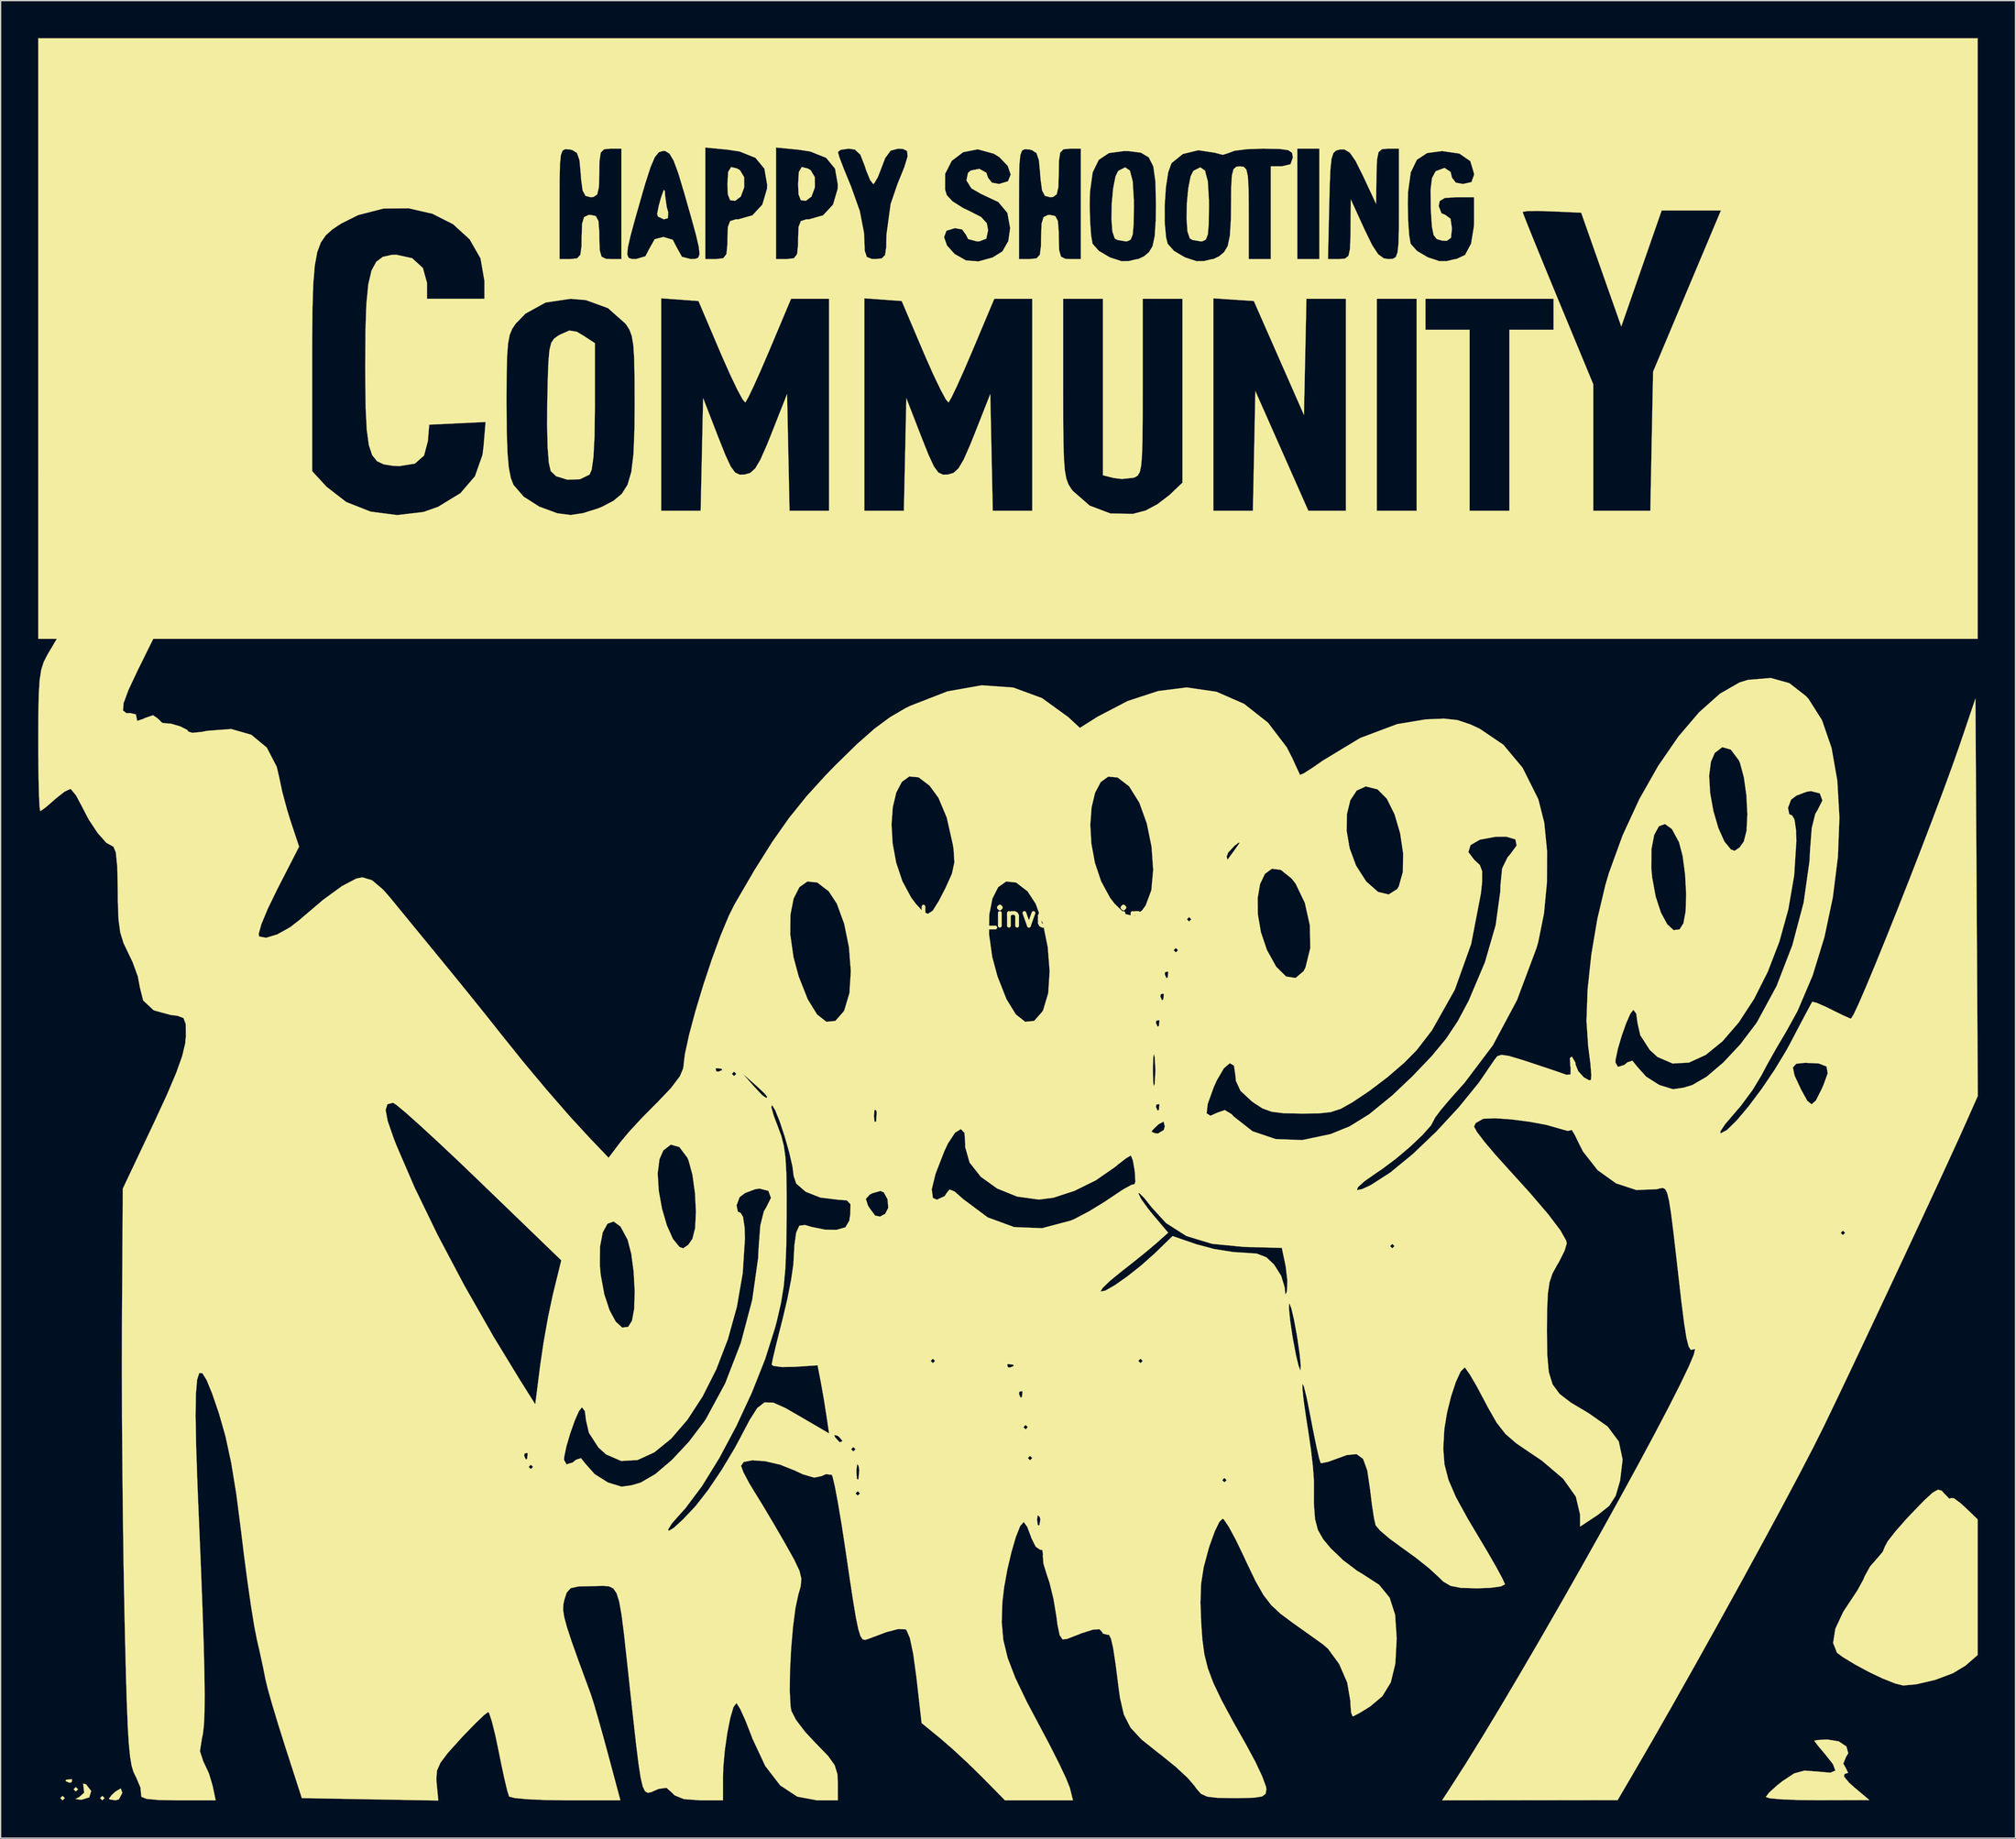
<source format=kicad_pcb>
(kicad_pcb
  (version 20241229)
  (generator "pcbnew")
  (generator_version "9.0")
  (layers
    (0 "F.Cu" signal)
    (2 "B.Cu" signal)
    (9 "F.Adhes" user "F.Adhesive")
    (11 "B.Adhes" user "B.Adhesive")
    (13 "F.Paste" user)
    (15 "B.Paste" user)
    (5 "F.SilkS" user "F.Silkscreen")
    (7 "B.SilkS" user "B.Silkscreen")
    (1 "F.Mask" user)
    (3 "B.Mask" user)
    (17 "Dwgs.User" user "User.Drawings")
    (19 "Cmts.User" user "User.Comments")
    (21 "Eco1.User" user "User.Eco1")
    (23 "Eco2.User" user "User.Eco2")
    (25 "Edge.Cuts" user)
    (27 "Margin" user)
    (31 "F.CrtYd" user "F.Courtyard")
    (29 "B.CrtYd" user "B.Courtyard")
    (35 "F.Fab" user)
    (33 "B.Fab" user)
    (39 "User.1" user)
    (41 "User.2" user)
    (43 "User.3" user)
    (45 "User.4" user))
  (footprint "hsc_logo_invert_print"
    (layer "F.Cu")
    (at 77.263 70.208)
    (property "Reference" "hsc_logo_invert_print" (at 0 0 0) (layer "F.SilkS") (effects (font (size 1.524 1.524) (thickness 0.3))))
    (attr through_hole)
    (fp_poly (pts (xy -75.142 70.379) (xy -75.318 70.556) (xy -75.494 70.379) (xy -75.318 70.203) (xy -75.142 70.379)) (stroke (width 0.01) (type solid)) (fill yes) (layer "F.SilkS"))
    (fp_poly (pts (xy -74.083 69.674) (xy -74.26 69.85) (xy -74.436 69.674) (xy -74.26 69.497) (xy -74.083 69.674)) (stroke (width 0.01) (type solid)) (fill yes) (layer "F.SilkS"))
    (fp_poly (pts (xy -71.967 70.379) (xy -72.143 70.556) (xy -72.319 70.379) (xy -72.143 70.203) (xy -71.967 70.379)) (stroke (width 0.01) (type solid)) (fill yes) (layer "F.SilkS"))
    (fp_poly (pts (xy -74.554 68.909) (xy -74.602 69.119) (xy -74.789 69.144) (xy -75.079 69.015) (xy -75.024 68.909) (xy -74.605 68.867) (xy -74.554 68.909)) (stroke (width 0.01) (type solid)) (fill yes) (layer "F.SilkS"))
    (fp_poly (pts (xy -70.556 69.928) (xy -70.556 69.983) (xy -70.82 70.478) (xy -71.085 70.556) (xy -71.555 70.483) (xy -71.614 70.422) (xy -71.38 70.118) (xy -71.085 69.85) (xy -70.667 69.604) (xy -70.556 69.928)) (stroke (width 0.01) (type solid)) (fill yes) (layer "F.SilkS"))
    (fp_poly (pts (xy -73.438 69.284) (xy -73.028 69.812) (xy -73.186 70.316) (xy -73.819 70.515) (xy -74.284 70.45) (xy -74.064 70.329) (xy -74.015 70.316) (xy -73.592 69.946) (xy -73.634 69.594) (xy -73.671 69.214) (xy -73.438 69.284)) (stroke (width 0.01) (type solid)) (fill yes) (layer "F.SilkS"))
    (fp_poly (pts (xy -27.226 -58.012) (xy -27.199 -57.62) (xy -27.071 -56.721) (xy -26.95 -56.297) (xy -26.983 -55.825) (xy -27.303 -55.739) (xy -27.775 -55.959) (xy -27.834 -56.18) (xy -27.705 -56.839) (xy -27.517 -57.503) (xy -27.31 -58.082) (xy -27.226 -58.012)) (stroke (width 0.01) (type solid)) (fill yes) (layer "F.SilkS"))
    (fp_poly (pts (xy -21.441 -59.792) (xy -21.227 -59.664) (xy -20.891 -59.104) (xy -20.885 -58.295) (xy -21.159 -57.556) (xy -21.608 -57.215) (xy -22.008 -57.265) (xy -22.189 -57.722) (xy -22.225 -58.535) (xy -22.165 -59.53) (xy -21.931 -59.918) (xy -21.441 -59.792)) (stroke (width 0.01) (type solid)) (fill yes) (layer "F.SilkS"))
    (fp_poly (pts (xy -15.797 -59.792) (xy -15.582 -59.664) (xy -15.246 -59.104) (xy -15.24 -58.295) (xy -15.514 -57.556) (xy -15.963 -57.215) (xy -16.364 -57.265) (xy -16.544 -57.722) (xy -16.581 -58.535) (xy -16.521 -59.53) (xy -16.287 -59.918) (xy -15.797 -59.792)) (stroke (width 0.01) (type solid)) (fill yes) (layer "F.SilkS"))
    (fp_poly (pts (xy 9.913 -59.63) (xy 10.137 -58.78) (xy 10.227 -57.294) (xy 10.231 -56.776) (xy 10.213 -55.37) (xy 10.139 -54.528) (xy 9.977 -54.112) (xy 9.693 -53.98) (xy 9.584 -53.975) (xy 8.913 -54.09) (xy 8.702 -54.21) (xy 8.515 -54.765) (xy 8.44 -55.776) (xy 8.465 -57.005) (xy 8.578 -58.216) (xy 8.765 -59.17) (xy 8.98 -59.607) (xy 9.535 -59.89) (xy 9.913 -59.63)) (stroke (width 0.01) (type solid)) (fill yes) (layer "F.SilkS"))
    (fp_poly (pts (xy 15.91 -59.63) (xy 16.134 -58.78) (xy 16.224 -57.294) (xy 16.228 -56.776) (xy 16.21 -55.37) (xy 16.136 -54.528) (xy 15.974 -54.112) (xy 15.69 -53.98) (xy 15.581 -53.975) (xy 14.91 -54.09) (xy 14.699 -54.21) (xy 14.512 -54.765) (xy 14.438 -55.776) (xy 14.463 -57.005) (xy 14.575 -58.216) (xy 14.763 -59.17) (xy 14.978 -59.607) (xy 15.532 -59.89) (xy 15.91 -59.63)) (stroke (width 0.01) (type solid)) (fill yes) (layer "F.SilkS"))
    (fp_poly (pts (xy -34.247 -46.755) (xy -33.731 -46.449) (xy -32.808 -45.845) (xy -32.808 -40.808) (xy -32.836 -38.458) (xy -32.921 -36.78) (xy -33.064 -35.744) (xy -33.232 -35.348) (xy -34.006 -34.972) (xy -35.002 -34.938) (xy -35.904 -35.217) (xy -36.334 -35.626) (xy -36.486 -36.292) (xy -36.585 -37.558) (xy -36.626 -39.324) (xy -36.611 -41.169) (xy -36.568 -43.101) (xy -36.515 -44.449) (xy -36.43 -45.336) (xy -36.288 -45.882) (xy -36.066 -46.21) (xy -35.741 -46.443) (xy -35.583 -46.533) (xy -34.847 -46.855) (xy -34.247 -46.755)) (stroke (width 0.01) (type solid)) (fill yes) (layer "F.SilkS"))
    (fp_poly (pts (xy 66.517 65.844) (xy 67.128 66.256) (xy 67.278 66.791) (xy 67.092 67.105) (xy 66.882 67.622) (xy 67.079 67.972) (xy 67.268 68.36) (xy 66.983 68.448) (xy 66.932 68.648) (xy 67.345 69.146) (xy 67.733 69.497) (xy 68.968 70.537) (xy 64.823 70.546) (xy 63.209 70.529) (xy 61.89 70.475) (xy 61.005 70.392) (xy 60.691 70.291) (xy 60.956 69.938) (xy 61.612 69.348) (xy 62.014 69.03) (xy 62.958 68.405) (xy 63.773 68.182) (xy 64.823 68.258) (xy 65.842 68.351) (xy 66.244 68.18) (xy 66.061 67.672) (xy 65.44 66.885) (xy 64.876 66.213) (xy 64.574 65.823) (xy 64.558 65.792) (xy 64.865 65.735) (xy 65.594 65.695) (xy 66.517 65.844)) (stroke (width 0.01) (type solid)) (fill yes) (layer "F.SilkS"))
    (fp_poly (pts (xy 74.737 45.819) (xy 74.967 46.076) (xy 75.349 46.463) (xy 75.483 46.412) (xy 75.71 46.422) (xy 76.267 46.835) (xy 76.553 47.096) (xy 77.611 48.11) (xy 77.611 58.948) (xy 76.641 59.795) (xy 75.633 60.404) (xy 74.22 60.934) (xy 72.705 61.289) (xy 71.661 61.383) (xy 71.037 61.229) (xy 70.024 60.826) (xy 68.945 60.313) (xy 67.792 59.69) (xy 66.854 59.121) (xy 66.375 58.765) (xy 66.067 57.985) (xy 66.246 56.853) (xy 66.879 55.495) (xy 67.36 54.765) (xy 68.008 53.787) (xy 68.479 52.926) (xy 68.58 52.674) (xy 69.021 51.873) (xy 69.506 51.321) (xy 70.031 50.705) (xy 70.203 50.281) (xy 70.433 49.856) (xy 71.046 49.071) (xy 71.93 48.069) (xy 72.332 47.64) (xy 73.36 46.581) (xy 74.026 45.97) (xy 74.446 45.739) (xy 74.737 45.819)) (stroke (width 0.01) (type solid)) (fill yes) (layer "F.SilkS"))
    (fp_poly (pts (xy 77.611 -22.225) (xy -68.076 -22.225) (xy -69.316 -19.717) (xy -70.056 -18.141) (xy -70.443 -17.094) (xy -70.49 -16.5) (xy -70.212 -16.286) (xy -69.938 -16.301) (xy -69.462 -16.189) (xy -69.414 -15.948) (xy -69.356 -15.672) (xy -68.89 -15.824) (xy -68.752 -15.896) (xy -68.094 -16.123) (xy -67.737 -15.881) (xy -67.364 -15.519) (xy -67.251 -15.498) (xy -66.648 -15.447) (xy -65.913 -15.229) (xy -65.367 -14.955) (xy -65.264 -14.816) (xy -64.959 -14.718) (xy -64.191 -14.794) (xy -63.765 -14.88) (xy -61.855 -15.024) (xy -60.246 -14.563) (xy -59.009 -13.541) (xy -58.214 -12.004) (xy -58.025 -11.19) (xy -57.77 -9.995) (xy -57.379 -8.54) (xy -57.106 -7.663) (xy -56.43 -5.624) (xy -58.186 -2.197) (xy -58.94 -0.644) (xy -59.443 0.569) (xy -59.655 1.339) (xy -59.624 1.547) (xy -59.066 1.656) (xy -58.173 1.384) (xy -57.147 0.814) (xy -56.423 0.251) (xy -54.534 -1.361) (xy -53.004 -2.476) (xy -51.865 -3.073) (xy -51.376 -3.175) (xy -50.604 -2.943) (xy -49.716 -2.191) (xy -49.142 -1.533) (xy -48.376 -0.595) (xy -47.309 0.707) (xy -46.088 2.196) (xy -44.979 3.548) (xy -43.685 5.133) (xy -42.355 6.777) (xy -41.161 8.267) (xy -40.404 9.225) (xy -38.577 11.504) (xy -36.658 13.8) (xy -34.815 15.916) (xy -33.231 17.639) (xy -31.714 19.226) (xy -30.782 17.992) (xy -30.061 17.132) (xy -29.033 16.021) (xy -27.908 14.885) (xy -27.801 14.782) (xy -26.738 13.663) (xy -26.022 12.718) (xy -25.94 12.524) (xy -21.872 12.524) (xy -21.696 12.7) (xy -21.519 12.524) (xy -20.99 12.524) (xy -20.135 13.494) (xy -19.446 14.231) (xy -19.111 14.46) (xy -19.05 14.349) (xy -19.287 14.065) (xy -19.871 13.512) (xy -20.02 13.379) (xy -20.99 12.524) (xy -21.519 12.524) (xy -21.696 12.347) (xy -21.872 12.524) (xy -25.94 12.524) (xy -25.767 12.112) (xy -23.166 12.112) (xy -23.117 12.322) (xy -22.931 12.347) (xy -22.64 12.218) (xy -22.665 12.171) (xy 11.751 12.171) (xy 11.769 13.108) (xy 11.821 13.52) (xy 11.894 13.324) (xy 11.955 12.251) (xy 11.897 11.207) (xy 11.825 10.916) (xy 11.773 11.257) (xy 11.751 12.155) (xy 11.751 12.171) (xy -22.665 12.171) (xy -22.695 12.112) (xy -23.114 12.07) (xy -23.166 12.112) (xy -25.767 12.112) (xy -25.753 12.079) (xy -25.753 12.069) (xy -25.627 10.98) (xy -25.284 9.402) (xy -25.035 8.467) (xy 11.994 8.467) (xy 12.124 8.757) (xy 12.23 8.702) (xy 12.272 8.283) (xy 12.23 8.231) (xy 12.02 8.28) (xy 11.994 8.467) (xy -25.035 8.467) (xy -24.775 7.496) (xy -24.15 5.425) (xy -23.461 3.353) (xy -22.758 1.441) (xy -22.736 1.388) (xy -17.207 1.388) (xy -16.955 3.183) (xy -16.538 4.735) (xy -15.816 6.563) (xy -15.068 7.78) (xy -14.322 8.365) (xy -13.607 8.296) (xy -12.953 7.552) (xy -12.885 7.426) (xy -12.482 6.073) (xy -12.37 4.323) (xy -12.52 2.401) (xy -12.727 1.388) (xy -1.332 1.388) (xy -1.08 3.183) (xy -0.663 4.735) (xy 0.059 6.563) (xy 0.807 7.78) (xy 1.553 8.365) (xy 2.268 8.296) (xy 2.922 7.552) (xy 2.99 7.426) (xy 3.31 6.35) (xy 12.347 6.35) (xy 12.476 6.64) (xy 12.582 6.585) (xy 12.625 6.167) (xy 12.582 6.115) (xy 12.373 6.163) (xy 12.347 6.35) (xy 3.31 6.35) (xy 3.393 6.073) (xy 3.488 4.586) (xy 12.7 4.586) (xy 12.829 4.876) (xy 12.935 4.821) (xy 12.977 4.403) (xy 12.935 4.351) (xy 12.725 4.399) (xy 12.7 4.586) (xy 3.488 4.586) (xy 3.505 4.323) (xy 3.374 2.646) (xy 13.406 2.646) (xy 13.582 2.822) (xy 13.758 2.646) (xy 13.582 2.469) (xy 13.406 2.646) (xy 3.374 2.646) (xy 3.355 2.401) (xy 2.973 0.528) (xy 2.844 0.176) (xy 14.464 0.176) (xy 14.64 0.353) (xy 14.817 0.176) (xy 14.64 0) (xy 14.464 0.176) (xy 2.844 0.176) (xy 2.387 -1.071) (xy 1.742 -2.059) (xy 0.827 -2.76) (xy 0.035 -2.844) (xy -0.605 -2.389) (xy -1.066 -1.479) (xy -1.318 -0.192) (xy -1.332 1.388) (xy -12.727 1.388) (xy -12.902 0.528) (xy -13.488 -1.071) (xy -14.133 -2.059) (xy -15.048 -2.76) (xy -15.84 -2.844) (xy -16.48 -2.389) (xy -16.941 -1.479) (xy -17.193 -0.192) (xy -17.207 1.388) (xy -22.736 1.388) (xy -22.093 -0.147) (xy -21.661 -1.007) (xy -20.066 -3.749) (xy -18.65 -6) (xy -17.663 -7.402) (xy -9.121 -7.402) (xy -9.035 -5.89) (xy -8.75 -4.346) (xy -8.256 -2.864) (xy -7.541 -1.539) (xy -7.174 -1.054) (xy -6.626 -0.453) (xy -6.217 -0.253) (xy -5.827 -0.515) (xy -5.337 -1.302) (xy -4.825 -2.293) (xy -4.302 -3.448) (xy -4.102 -4.369) (xy -4.165 -5.412) (xy -4.229 -5.821) (xy -4.584 -7.385) (xy 6.75 -7.385) (xy 6.835 -5.874) (xy 7.12 -4.332) (xy 7.616 -2.853) (xy 8.335 -1.533) (xy 8.683 -1.075) (xy 9.539 -0.248) (xy 10.238 -0.07) (xy 10.886 -0.533) (xy 11.174 -0.927) (xy 11.399 -1.529) (xy 20.117 -1.529) (xy 20.133 -0.214) (xy 20.374 1.207) (xy 20.857 2.635) (xy 21.597 3.969) (xy 22.384 4.747) (xy 23.142 4.866) (xy 23.782 4.322) (xy 23.932 4.04) (xy 24.317 2.485) (xy 24.286 0.666) (xy 23.881 -1.144) (xy 23.145 -2.672) (xy 22.82 -3.087) (xy 21.965 -3.772) (xy 21.25 -3.86) (xy 20.693 -3.451) (xy 20.309 -2.641) (xy 20.117 -1.529) (xy 11.399 -1.529) (xy 11.628 -2.144) (xy 11.774 -3.777) (xy 11.699 -4.837) (xy 17.639 -4.837) (xy 17.708 -4.588) (xy 17.739 -4.616) (xy 18.002 -4.983) (xy 18.356 -5.468) (xy 18.688 -5.948) (xy 18.565 -5.925) (xy 18.256 -5.689) (xy 17.761 -5.152) (xy 17.639 -4.837) (xy 11.699 -4.837) (xy 11.643 -5.624) (xy 11.381 -6.91) (xy 27.22 -6.91) (xy 27.459 -5.498) (xy 27.974 -4.106) (xy 28.78 -2.852) (xy 28.796 -2.833) (xy 29.73 -2.011) (xy 30.576 -1.806) (xy 31.25 -2.232) (xy 31.385 -2.446) (xy 31.71 -3.599) (xy 31.732 -5.081) (xy 31.497 -6.688) (xy 31.048 -8.214) (xy 30.432 -9.452) (xy 29.694 -10.198) (xy 29.682 -10.204) (xy 28.749 -10.437) (xy 28.022 -10.107) (xy 27.515 -9.331) (xy 27.243 -8.227) (xy 27.22 -6.91) (xy 11.381 -6.91) (xy 11.265 -7.479) (xy 10.667 -9.14) (xy 9.879 -10.403) (xy 9.804 -10.485) (xy 8.927 -11.153) (xy 8.183 -11.221) (xy 7.581 -10.783) (xy 7.134 -9.934) (xy 6.854 -8.77) (xy 6.75 -7.385) (xy -4.584 -7.385) (xy -4.713 -7.955) (xy -5.373 -9.529) (xy -6.082 -10.495) (xy -6.957 -11.165) (xy -7.7 -11.234) (xy -8.298 -10.798) (xy -8.742 -9.951) (xy -9.02 -8.787) (xy -9.121 -7.402) (xy -17.663 -7.402) (xy -17.303 -7.914) (xy -15.914 -9.642) (xy -14.373 -11.338) (xy -13.582 -12.149) (xy -11.886 -13.808) (xy -10.494 -15.037) (xy -9.262 -15.951) (xy -8.046 -16.665) (xy -7.624 -16.875) (xy -4.658 -18.028) (xy -1.92 -18.516) (xy 0.595 -18.337) (xy 2.895 -17.492) (xy 4.986 -15.979) (xy 4.988 -15.977) (xy 5.92 -15.112) (xy 7.358 -16.019) (xy 9.731 -17.256) (xy 12.163 -18.055) (xy 14.431 -18.341) (xy 14.464 -18.341) (xy 16.829 -17.998) (xy 19.029 -17.034) (xy 20.938 -15.531) (xy 22.434 -13.57) (xy 22.857 -12.747) (xy 23.24 -11.911) (xy 23.477 -11.404) (xy 23.503 -11.353) (xy 23.797 -11.481) (xy 24.497 -11.927) (xy 25.313 -12.495) (xy 28.3 -14.303) (xy 31.255 -15.414) (xy 33.558 -15.796) (xy 34.996 -15.853) (xy 36.065 -15.738) (xy 37.096 -15.394) (xy 37.849 -15.045) (xy 39.733 -13.768) (xy 41.266 -11.936) (xy 42.485 -9.501) (xy 42.544 -9.349) (xy 43.002 -7.537) (xy 43.226 -5.279) (xy 43.218 -2.792) (xy 42.981 -0.292) (xy 42.519 2.002) (xy 42.383 2.469) (xy 40.821 6.639) (xy 38.895 10.246) (xy 36.621 13.26) (xy 36.505 13.387) (xy 35.521 14.486) (xy 34.749 15.399) (xy 34.296 15.999) (xy 34.219 16.151) (xy 33.958 16.641) (xy 33.268 17.416) (xy 32.289 18.346) (xy 31.161 19.301) (xy 30.025 20.149) (xy 29.692 20.37) (xy 28.686 21.072) (xy 28.125 21.572) (xy 28.038 21.811) (xy 28.457 21.73) (xy 29.16 21.403) (xy 30.72 20.396) (xy 32.505 18.93) (xy 34.373 17.148) (xy 36.183 15.192) (xy 37.793 13.207) (xy 39.008 11.426) (xy 39.246 11.116) (xy 39.584 11.003) (xy 40.186 11.094) (xy 41.22 11.402) (xy 41.83 11.601) (xy 43.103 12.023) (xy 44.146 12.377) (xy 44.746 12.59) (xy 44.765 12.597) (xy 45.097 12.57) (xy 45.105 12.012) (xy 45.08 11.875) (xy 45.047 11.271) (xy 45.207 11.144) (xy 45.49 11.624) (xy 45.508 11.796) (xy 45.711 12.302) (xy 46.156 12.798) (xy 46.598 13.043) (xy 46.734 13.003) (xy 46.76 12.606) (xy 46.687 11.701) (xy 46.675 11.608) (xy 48.683 11.608) (xy 48.891 11.97) (xy 49.396 11.811) (xy 49.638 11.604) (xy 50.037 11.471) (xy 50.423 11.95) (xy 51.137 12.748) (xy 52.195 13.417) (xy 53.246 13.739) (xy 53.335 13.744) (xy 54.115 13.632) (xy 54.816 13.421) (xy 55.968 12.753) (xy 57.301 11.617) (xy 58.657 10.167) (xy 59.879 8.556) (xy 60.02 8.342) (xy 61.553 5.512) (xy 62.81 2.261) (xy 63.714 -1.155) (xy 64.185 -4.48) (xy 64.228 -5.339) (xy 64.362 -7.106) (xy 64.643 -8.239) (xy 64.825 -8.542) (xy 65.215 -9.32) (xy 65.005 -9.882) (xy 64.293 -10.064) (xy 63.949 -10.009) (xy 63.143 -9.706) (xy 62.712 -9.382) (xy 62.463 -8.721) (xy 62.568 -8.218) (xy 62.794 -8.114) (xy 62.984 -7.793) (xy 63.106 -6.96) (xy 63.135 -6.085) (xy 62.958 -3.318) (xy 62.49 -0.612) (xy 61.772 1.974) (xy 60.845 4.38) (xy 59.752 6.547) (xy 58.535 8.414) (xy 57.235 9.922) (xy 55.894 11.012) (xy 54.554 11.624) (xy 53.256 11.698) (xy 52.043 11.174) (xy 51.429 10.613) (xy 50.673 9.443) (xy 50.447 8.461) (xy 50.352 7.72) (xy 50.122 7.408) (xy 50.119 7.408) (xy 49.878 7.714) (xy 49.54 8.484) (xy 49.181 9.498) (xy 48.876 10.536) (xy 48.7 11.379) (xy 48.683 11.608) (xy 46.675 11.608) (xy 46.531 10.475) (xy 46.513 10.35) (xy 46.374 8.288) (xy 46.465 5.767) (xy 46.763 2.985) (xy 47.244 0.141) (xy 47.885 -2.565) (xy 48.168 -3.528) (xy 48.303 -3.898) (xy 51.55 -3.898) (xy 51.615 -3.182) (xy 51.9 -1.63) (xy 52.32 -0.35) (xy 52.817 0.571) (xy 53.333 1.044) (xy 53.807 0.984) (xy 54.114 0.5) (xy 54.292 -0.458) (xy 54.333 -1.845) (xy 54.249 -3.399) (xy 54.056 -4.862) (xy 53.768 -5.972) (xy 53.76 -5.99) (xy 53.197 -7.032) (xy 52.647 -7.433) (xy 52.158 -7.257) (xy 51.78 -6.567) (xy 51.561 -5.426) (xy 51.55 -3.898) (xy 48.303 -3.898) (xy 49.265 -6.541) (xy 50.594 -9.417) (xy 51.652 -11.284) (xy 56.167 -11.284) (xy 56.248 -9.912) (xy 56.508 -8.466) (xy 56.902 -7.117) (xy 57.385 -6.037) (xy 57.911 -5.395) (xy 58.204 -5.292) (xy 58.608 -5.568) (xy 58.939 -6.044) (xy 59.157 -6.907) (xy 59.221 -8.211) (xy 59.145 -9.71) (xy 58.944 -11.158) (xy 58.633 -12.312) (xy 58.541 -12.524) (xy 57.899 -13.38) (xy 57.218 -13.574) (xy 56.617 -13.111) (xy 56.312 -12.412) (xy 56.167 -11.284) (xy 51.652 -11.284) (xy 52.096 -12.069) (xy 53.709 -14.414) (xy 55.372 -16.365) (xy 57.023 -17.837) (xy 58.601 -18.746) (xy 59.268 -18.948) (xy 61.085 -19.1) (xy 62.577 -18.685) (xy 63.897 -17.655) (xy 64.105 -17.428) (xy 65.18 -15.731) (xy 65.944 -13.512) (xy 66.406 -10.881) (xy 66.572 -7.945) (xy 66.451 -4.813) (xy 66.049 -1.594) (xy 65.373 1.603) (xy 64.431 4.67) (xy 63.229 7.499) (xy 62.333 9.125) (xy 61.541 10.463) (xy 60.772 11.833) (xy 60.343 12.647) (xy 59.64 13.808) (xy 58.696 15.084) (xy 58.138 15.734) (xy 57.446 16.544) (xy 57.07 17.106) (xy 57.076 17.286) (xy 57.597 17.002) (xy 58.383 16.23) (xy 59.342 15.09) (xy 60.381 13.701) (xy 61.407 12.185) (xy 61.511 12.013) (xy 62.855 12.013) (xy 62.989 12.662) (xy 63.514 13.785) (xy 63.525 13.807) (xy 64 14.667) (xy 64.348 14.959) (xy 64.693 14.656) (xy 65.156 13.732) (xy 65.289 13.436) (xy 65.636 12.481) (xy 65.542 11.936) (xy 64.92 11.693) (xy 63.824 11.642) (xy 63.127 11.714) (xy 62.855 12.013) (xy 61.511 12.013) (xy 62.328 10.66) (xy 62.653 10.06) (xy 63.356 8.72) (xy 63.93 7.634) (xy 64.302 6.943) (xy 64.402 6.766) (xy 64.737 6.843) (xy 65.483 7.168) (xy 65.921 7.384) (xy 66.805 7.82) (xy 67.388 8.081) (xy 67.494 8.114) (xy 67.696 7.799) (xy 68.111 6.912) (xy 68.704 5.543) (xy 69.438 3.782) (xy 70.279 1.717) (xy 71.191 -0.562) (xy 72.139 -2.966) (xy 73.087 -5.406) (xy 74 -7.793) (xy 74.843 -10.037) (xy 75.579 -12.049) (xy 76.174 -13.739) (xy 76.241 -13.935) (xy 77.435 -17.462) (xy 77.529 -1.587) (xy 77.623 14.287) (xy 76.685 16.404) (xy 76.042 17.832) (xy 75.149 19.782) (xy 74.06 22.141) (xy 72.827 24.794) (xy 71.505 27.626) (xy 70.147 30.523) (xy 68.806 33.372) (xy 67.537 36.057) (xy 66.391 38.464) (xy 65.424 40.479) (xy 65.295 40.746) (xy 64.448 42.437) (xy 63.303 44.638) (xy 61.915 47.248) (xy 60.34 50.165) (xy 58.634 53.29) (xy 56.851 56.521) (xy 55.047 59.757) (xy 53.278 62.897) (xy 51.598 65.841) (xy 50.064 68.487) (xy 50.044 68.52) (xy 48.86 70.542) (xy 41.852 70.549) (xy 34.844 70.556) (xy 35.469 69.601) (xy 36.675 67.718) (xy 38.035 65.52) (xy 39.516 63.066) (xy 41.085 60.415) (xy 42.712 57.625) (xy 44.362 54.754) (xy 46.004 51.862) (xy 47.605 49.006) (xy 49.132 46.245) (xy 50.554 43.639) (xy 51.838 41.244) (xy 52.951 39.12) (xy 53.861 37.325) (xy 54.536 35.918) (xy 54.942 34.958) (xy 55.049 34.502) (xy 54.907 34.531) (xy 54.707 34.578) (xy 54.53 34.301) (xy 54.357 33.614) (xy 54.17 32.432) (xy 53.947 30.669) (xy 53.838 29.722) (xy 53.542 27.114) (xy 53.323 25.224) (xy 66.675 25.224) (xy 66.851 25.4) (xy 67.028 25.224) (xy 66.851 25.047) (xy 66.675 25.224) (xy 53.323 25.224) (xy 53.312 25.125) (xy 53.128 23.674) (xy 52.972 22.681) (xy 52.826 22.065) (xy 52.67 21.744) (xy 52.486 21.638) (xy 52.256 21.666) (xy 51.993 21.738) (xy 50.358 21.805) (xy 48.73 21.268) (xy 47.26 20.213) (xy 46.097 18.726) (xy 45.819 18.183) (xy 45.434 17.389) (xy 45.198 17.004) (xy 45.163 17.013) (xy 44.877 17.083) (xy 44.198 16.894) (xy 44.185 16.889) (xy 43.18 16.602) (xy 41.827 16.35) (xy 40.377 16.162) (xy 39.079 16.071) (xy 38.181 16.108) (xy 38.097 16.126) (xy 37.526 16.455) (xy 37.394 16.737) (xy 37.622 17.158) (xy 38.236 17.963) (xy 39.135 19.024) (xy 39.935 19.911) (xy 41.897 22.077) (xy 43.348 23.78) (xy 44.296 25.032) (xy 44.752 25.844) (xy 44.799 26.064) (xy 44.625 26.652) (xy 44.187 27.53) (xy 44.009 27.828) (xy 43.653 28.479) (xy 43.422 29.174) (xy 43.289 30.081) (xy 43.229 31.37) (xy 43.215 33.036) (xy 43.239 34.96) (xy 43.362 36.338) (xy 43.666 37.33) (xy 44.23 38.094) (xy 45.134 38.79) (xy 46.459 39.577) (xy 46.52 39.612) (xy 48.061 40.694) (xy 48.954 41.891) (xy 49.259 43.326) (xy 49.057 45.024) (xy 48.704 46.23) (xy 48.187 47.033) (xy 47.309 47.735) (xy 47.255 47.771) (xy 45.861 48.693) (xy 45.86 47.718) (xy 45.524 46.295) (xy 44.513 44.868) (xy 42.815 43.423) (xy 42.04 42.901) (xy 40.776 42.045) (xy 39.896 41.281) (xy 39.199 40.385) (xy 38.482 39.131) (xy 38.242 38.667) (xy 37.594 37.454) (xy 37.052 36.526) (xy 36.703 36.03) (xy 36.639 35.985) (xy 36.324 36.3) (xy 35.946 37.125) (xy 35.565 38.277) (xy 35.241 39.571) (xy 35.034 40.824) (xy 35.018 40.975) (xy 34.938 42.437) (xy 35.031 43.706) (xy 35.35 44.949) (xy 35.946 46.333) (xy 36.872 48.025) (xy 37.582 49.217) (xy 38.453 50.678) (xy 39.17 51.928) (xy 39.664 52.841) (xy 39.863 53.29) (xy 39.864 53.301) (xy 39.543 53.467) (xy 38.704 53.583) (xy 37.632 53.622) (xy 36.342 53.585) (xy 35.518 53.424) (xy 34.924 53.071) (xy 34.546 52.701) (xy 33.797 52.013) (xy 32.711 51.149) (xy 31.706 50.425) (xy 30.672 49.669) (xy 29.89 49.005) (xy 29.536 48.585) (xy 29.404 48.001) (xy 29.243 46.949) (xy 29.099 45.756) (xy 28.871 44.209) (xy 28.537 43.284) (xy 28.018 42.9) (xy 27.234 42.975) (xy 26.611 43.202) (xy 25.752 43.515) (xy 25.211 43.625) (xy 25.144 43.606) (xy 25.021 43.218) (xy 24.809 42.291) (xy 24.54 40.981) (xy 24.35 39.986) (xy 24.037 38.415) (xy 23.818 37.518) (xy 23.699 37.266) (xy 23.686 37.633) (xy 23.785 38.591) (xy 24.003 40.112) (xy 24.132 40.922) (xy 24.362 42.472) (xy 24.529 43.908) (xy 24.606 44.974) (xy 24.608 45.156) (xy 24.607 46.877) (xy 24.696 48.082) (xy 24.924 48.956) (xy 25.337 49.687) (xy 25.948 50.421) (xy 26.956 51.386) (xy 28.055 52.219) (xy 28.485 52.475) (xy 29.814 53.336) (xy 30.654 54.368) (xy 31.093 55.736) (xy 31.219 57.607) (xy 31.219 57.618) (xy 31.109 59.644) (xy 30.745 61.138) (xy 30.071 62.242) (xy 29.1 63.059) (xy 28.297 63.555) (xy 27.772 63.832) (xy 27.698 63.853) (xy 27.579 63.542) (xy 27.518 62.777) (xy 27.517 62.604) (xy 27.269 61.151) (xy 26.624 59.663) (xy 25.733 58.447) (xy 25.341 58.108) (xy 24.573 57.556) (xy 23.529 56.813) (xy 22.931 56.389) (xy 21.944 55.654) (xy 21.199 54.961) (xy 20.574 54.147) (xy 19.951 53.049) (xy 19.209 51.504) (xy 18.985 51.016) (xy 18.366 49.731) (xy 17.817 48.718) (xy 17.425 48.132) (xy 17.327 48.05) (xy 17.061 48.303) (xy 16.686 49.08) (xy 16.273 50.224) (xy 16.199 50.462) (xy 15.805 51.933) (xy 15.598 53.262) (xy 15.548 54.749) (xy 15.602 56.289) (xy 15.699 57.697) (xy 15.859 58.887) (xy 16.134 60) (xy 16.575 61.177) (xy 17.233 62.556) (xy 18.161 64.279) (xy 19.21 66.137) (xy 19.924 67.465) (xy 20.474 68.631) (xy 20.779 69.456) (xy 20.814 69.665) (xy 20.752 70.035) (xy 20.466 70.249) (xy 19.807 70.35) (xy 18.627 70.378) (xy 18.257 70.379) (xy 16.914 70.36) (xy 16.087 70.263) (xy 15.585 70.033) (xy 15.218 69.612) (xy 15.1 69.432) (xy 14.53 68.767) (xy 13.569 67.877) (xy 12.41 66.936) (xy 12.21 66.786) (xy 10.846 65.7) (xy 9.964 64.746) (xy 9.433 63.706) (xy 9.122 62.367) (xy 9.012 61.56) (xy 8.772 59.664) (xy 8.575 58.384) (xy 8.402 57.633) (xy 8.236 57.325) (xy 8.113 57.327) (xy 7.758 57.238) (xy 7.684 57.094) (xy 7.478 56.89) (xy 6.985 56.917) (xy 6.084 57.199) (xy 4.879 57.67) (xy 4.534 57.701) (xy 4.304 57.36) (xy 4.13 56.515) (xy 4.043 55.854) (xy 3.814 54.472) (xy 3.498 53.175) (xy 3.298 52.583) (xy 3.013 51.664) (xy 2.956 50.981) (xy 2.975 50.911) (xy 2.916 50.553) (xy 2.75 50.54) (xy 2.393 50.298) (xy 2.045 49.596) (xy 2.007 49.477) (xy 1.712 48.706) (xy 1.449 48.336) (xy 1.425 48.331) (xy 1.15 48.651) (xy 0.812 49.502) (xy 0.456 50.715) (xy 0.126 52.123) (xy -0.134 53.559) (xy -0.272 54.752) (xy -0.322 56.314) (xy -0.196 57.739) (xy 0.152 59.179) (xy 0.768 60.788) (xy 1.696 62.717) (xy 2.618 64.455) (xy 3.483 66.084) (xy 4.235 67.57) (xy 4.8 68.764) (xy 5.105 69.516) (xy 5.125 69.585) (xy 5.368 70.556) (xy -0.061 70.556) (xy -1.882 68.703) (xy -3.057 67.554) (xy -4.298 66.407) (xy -5.212 65.617) (xy -6.72 64.382) (xy -7.133 60.728) (xy -7.386 58.87) (xy -7.655 57.595) (xy -7.926 56.957) (xy -8.002 56.9) (xy -8.573 56.872) (xy -9.539 57.121) (xy -10.991 57.668) (xy -11.23 57.743) (xy -11.425 57.697) (xy -11.598 57.445) (xy -11.768 56.906) (xy -11.958 55.995) (xy -12.187 54.631) (xy -12.476 52.73) (xy -12.825 50.36) (xy -13.117 48.454) (xy -13.173 48.125) (xy 2.497 48.125) (xy 2.562 48.582) (xy 2.683 48.588) (xy 2.767 48.116) (xy 2.71 47.912) (xy 2.554 47.778) (xy 2.497 48.125) (xy -13.173 48.125) (xy -13.396 46.798) (xy -13.539 46.038) (xy -11.994 46.038) (xy -11.818 46.214) (xy -11.642 46.038) (xy -11.818 45.861) (xy -11.994 46.038) (xy -13.539 46.038) (xy -13.637 45.516) (xy -13.762 44.979) (xy 17.286 44.979) (xy 17.462 45.156) (xy 17.639 44.979) (xy 17.462 44.803) (xy 17.286 44.979) (xy -13.762 44.979) (xy -13.82 44.732) (xy -13.892 44.552) (xy -14.358 44.501) (xy -14.708 44.654) (xy -15.3 44.777) (xy -16.205 44.512) (xy -16.711 44.274) (xy -11.926 44.274) (xy -11.888 44.876) (xy -11.777 44.929) (xy -11.763 44.898) (xy -11.693 44.197) (xy -11.75 43.839) (xy -11.862 43.695) (xy -11.923 44.164) (xy -11.926 44.274) (xy -16.711 44.274) (xy -16.867 44.2) (xy -18.014 43.744) (xy -19.193 43.47) (xy -20.225 43.392) (xy -20.93 43.528) (xy -21.139 43.833) (xy -20.944 44.363) (xy -20.476 45.242) (xy -20.1 45.861) (xy -19.427 46.954) (xy -18.578 48.38) (xy -17.72 49.857) (xy -17.602 50.065) (xy -16.884 51.352) (xy -16.473 52.22) (xy -16.32 52.859) (xy -16.376 53.46) (xy -16.564 54.122) (xy -16.793 55.189) (xy -16.989 56.7) (xy -17.138 58.448) (xy -17.229 60.225) (xy -17.249 61.82) (xy -17.185 63.027) (xy -17.12 63.409) (xy -16.751 64.128) (xy -16.015 65.095) (xy -15.146 66.025) (xy -14.194 67.002) (xy -13.666 67.74) (xy -13.444 68.453) (xy -13.406 69.134) (xy -13.406 70.556) (xy -15.066 70.556) (xy -16.647 70.261) (xy -18.015 69.358) (xy -19.201 67.818) (xy -20.231 65.615) (xy -20.317 65.383) (xy -20.792 64.164) (xy -21.205 63.254) (xy -21.481 62.813) (xy -21.518 62.794) (xy -21.745 63.117) (xy -21.994 63.964) (xy -22.233 65.16) (xy -22.43 66.525) (xy -22.553 67.883) (xy -22.578 68.674) (xy -22.578 70.556) (xy -24.391 70.556) (xy -25.687 70.462) (xy -26.448 70.156) (xy -26.645 69.952) (xy -27.094 69.557) (xy -27.699 69.637) (xy -27.975 69.753) (xy -28.319 69.906) (xy -28.59 69.958) (xy -28.806 69.831) (xy -28.989 69.447) (xy -29.157 68.728) (xy -29.33 67.595) (xy -29.53 65.971) (xy -29.775 63.777) (xy -29.979 61.913) (xy -30.266 59.255) (xy -30.49 57.217) (xy -30.682 55.715) (xy -30.87 54.67) (xy -31.082 54) (xy -31.349 53.623) (xy -31.699 53.459) (xy -32.161 53.426) (xy -32.764 53.443) (xy -33.006 53.446) (xy -34.128 53.471) (xy -34.744 53.609) (xy -35.057 53.955) (xy -35.239 54.504) (xy -35.329 54.912) (xy -35.345 55.35) (xy -35.259 55.918) (xy -35.044 56.718) (xy -34.672 57.851) (xy -34.113 59.419) (xy -33.34 61.522) (xy -33.131 62.089) (xy -32.907 62.785) (xy -32.557 63.982) (xy -32.133 65.494) (xy -31.788 66.763) (xy -30.772 70.556) (xy -35.121 70.556) (xy -36.801 70.532) (xy -38.211 70.468) (xy -39.209 70.373) (xy -39.653 70.257) (xy -39.659 70.249) (xy -39.806 69.787) (xy -40.041 68.803) (xy -40.325 67.47) (xy -40.473 66.723) (xy -40.768 65.323) (xy -41.041 64.231) (xy -41.251 63.598) (xy -41.325 63.501) (xy -41.652 63.742) (xy -42.327 64.385) (xy -43.223 65.309) (xy -43.562 65.671) (xy -44.556 66.776) (xy -45.143 67.556) (xy -45.417 68.184) (xy -45.469 68.835) (xy -45.442 69.208) (xy -45.312 70.573) (xy -50.762 70.476) (xy -56.211 70.379) (xy -57.57 66.166) (xy -58.112 64.446) (xy -58.584 62.875) (xy -58.936 61.627) (xy -59.117 60.875) (xy -59.117 60.874) (xy -59.303 59.933) (xy -59.584 58.64) (xy -59.806 57.679) (xy -60.012 56.622) (xy -60.269 55.028) (xy -60.553 53.063) (xy -60.838 50.892) (xy -61.041 49.212) (xy -61.078 48.924) (xy -26.962 48.924) (xy -26.912 49.036) (xy -26.504 48.787) (xy -25.787 48.13) (xy -24.901 47.195) (xy -24.735 47.008) (xy -23.761 45.759) (xy -22.673 44.143) (xy -22.117 43.215) (xy 1.764 43.215) (xy 1.94 43.392) (xy 2.117 43.215) (xy 1.94 43.039) (xy 1.764 43.215) (xy -22.117 43.215) (xy -21.695 42.51) (xy -12.347 42.51) (xy -12.171 42.686) (xy -11.994 42.51) (xy -12.171 42.333) (xy -12.347 42.51) (xy -21.695 42.51) (xy -21.648 42.432) (xy -21.266 41.724) (xy -21.083 41.376) (xy -13.701 41.376) (xy -13.616 41.573) (xy -13.26 41.952) (xy -13.056 41.874) (xy -13.053 41.825) (xy -13.303 41.527) (xy -13.46 41.418) (xy -13.701 41.376) (xy -21.083 41.376) (xy -20.46 40.189) (xy -19.844 39.22) (xy -19.264 38.769) (xy -18.566 38.785) (xy -17.597 39.219) (xy -16.204 40.021) (xy -16.138 40.06) (xy -14.107 41.247) (xy -14.181 40.746) (xy 1.411 40.746) (xy 1.587 40.922) (xy 1.764 40.746) (xy 1.587 40.569) (xy 1.411 40.746) (xy -14.181 40.746) (xy -14.327 39.762) (xy -14.534 38.462) (xy -14.598 38.1) (xy 1.058 38.1) (xy 1.187 38.39) (xy 1.294 38.335) (xy 1.336 37.917) (xy 1.294 37.865) (xy 1.084 37.913) (xy 1.058 38.1) (xy -14.598 38.1) (xy -14.756 37.204) (xy -14.787 37.042) (xy -15.027 35.807) (xy -16.862 35.928) (xy -17.888 35.944) (xy -18.551 35.856) (xy -18.69 35.751) (xy -18.69 35.748) (xy 0.118 35.748) (xy 0.166 35.958) (xy 0.353 35.983) (xy 0.643 35.854) (xy 0.588 35.748) (xy 0.169 35.706) (xy 0.118 35.748) (xy -18.69 35.748) (xy -18.633 35.454) (xy -5.997 35.454) (xy -5.821 35.631) (xy -5.644 35.454) (xy 10.583 35.454) (xy 10.76 35.631) (xy 10.936 35.454) (xy 10.76 35.278) (xy 10.583 35.454) (xy -5.644 35.454) (xy -5.821 35.278) (xy -5.997 35.454) (xy -18.633 35.454) (xy -18.604 35.301) (xy -18.376 34.333) (xy -18.047 33.009) (xy -17.815 32.103) (xy -17.618 31.268) (xy 22.615 31.268) (xy 22.704 32.18) (xy 22.886 33.422) (xy 22.931 33.69) (xy 23.163 34.927) (xy 23.372 35.815) (xy 23.518 36.198) (xy 23.539 36.198) (xy 23.558 35.802) (xy 23.468 34.893) (xy 23.289 33.651) (xy 23.244 33.377) (xy 23.014 32.139) (xy 22.806 31.251) (xy 22.658 30.869) (xy 22.636 30.869) (xy 22.615 31.268) (xy -17.618 31.268) (xy -17.431 30.477) (xy -17.32 29.911) (xy 7.569 29.911) (xy 7.569 29.912) (xy 7.954 29.839) (xy 8.72 29.399) (xy 9.725 28.692) (xy 10.823 27.822) (xy 11.871 26.889) (xy 11.977 26.787) (xy 13.323 25.481) (xy 15.217 26.134) (xy 16.669 26.521) (xy 18.208 26.762) (xy 18.862 26.8) (xy 20.038 26.88) (xy 20.805 27.173) (xy 21.42 27.748) (xy 21.995 28.662) (xy 22.271 29.574) (xy 22.273 29.6) (xy 22.329 30.142) (xy 22.419 30.005) (xy 22.462 29.81) (xy 22.485 29.001) (xy 22.358 27.934) (xy 22.326 27.766) (xy 22.047 26.428) (xy 19.049 26.35) (xy 18.34 26.282) (xy 30.692 26.282) (xy 30.868 26.458) (xy 31.044 26.282) (xy 30.868 26.106) (xy 30.692 26.282) (xy 18.34 26.282) (xy 16.481 26.103) (xy 14.432 25.482) (xy 12.799 24.442) (xy 11.653 23.188) (xy 11.058 22.435) (xy 10.672 22.053) (xy 10.589 22.067) (xy 10.803 22.507) (xy 11.347 23.269) (xy 11.782 23.807) (xy 12.971 25.212) (xy 12.042 26.04) (xy 11.259 26.702) (xy 10.176 27.577) (xy 9.251 28.3) (xy 8.339 29.045) (xy 7.735 29.624) (xy 7.569 29.911) (xy -17.32 29.911) (xy -17.131 28.941) (xy -16.959 27.732) (xy -16.936 27.34) (xy -16.876 26.218) (xy -16.746 25.28) (xy -16.719 25.165) (xy -16.485 24.655) (xy -16.028 24.596) (xy -15.514 24.75) (xy -14.407 24.975) (xy -13.519 24.985) (xy -12.805 24.784) (xy -12.491 24.249) (xy -12.413 23.724) (xy -12.398 22.939) (xy -12.688 22.63) (xy -13.395 22.578) (xy -13.889 22.517) (xy -11.173 22.517) (xy -11.003 23.038) (xy -10.884 23.236) (xy -10.435 23.845) (xy -10.041 23.927) (xy -9.626 23.706) (xy -9.38 23.223) (xy -9.441 22.538) (xy -9.736 21.994) (xy -10.007 21.878) (xy -10.649 22.059) (xy -10.88 22.183) (xy -11.173 22.517) (xy -13.889 22.517) (xy -14.802 22.405) (xy -15.969 21.946) (xy -16.189 21.756) (xy -5.912 21.756) (xy -5.816 22.435) (xy -5.501 22.578) (xy -4.879 22.291) (xy -4.705 22.025) (xy -4.483 21.761) (xy -4.077 21.928) (xy -3.393 22.534) (xy -1.441 23.989) (xy 0.671 24.765) (xy 2.899 24.852) (xy 5.194 24.244) (xy 5.494 24.114) (xy 6.614 23.527) (xy 7.9 22.743) (xy 8.504 22.334) (xy 9.41 21.734) (xy 10.065 21.38) (xy 10.283 21.337) (xy 10.35 21.139) (xy 10.315 20.451) (xy 10.296 20.271) (xy 10.157 19.461) (xy 10.001 19.059) (xy 9.978 19.05) (xy 9.624 19.257) (xy 8.952 19.773) (xy 8.694 19.987) (xy 7.197 21.025) (xy 5.478 21.873) (xy 3.794 22.42) (xy 2.646 22.567) (xy 0.91 22.327) (xy -0.68 21.686) (xy -1.992 20.745) (xy -2.89 19.604) (xy -3.24 18.365) (xy -3.235 18.158) (xy -3.293 17.24) (xy -3.378 17.153) (xy 11.642 17.153) (xy 11.93 17.271) (xy 12.171 17.286) (xy 12.628 17) (xy 12.7 16.714) (xy 12.607 16.339) (xy 12.222 16.539) (xy 12.171 16.581) (xy 11.732 17.003) (xy 11.642 17.153) (xy -3.378 17.153) (xy -3.588 16.937) (xy -4.053 17.227) (xy -4.618 18.088) (xy -4.903 18.693) (xy -5.609 20.511) (xy -5.912 21.756) (xy -16.189 21.756) (xy -16.73 21.289) (xy -16.933 20.693) (xy -17.035 19.904) (xy -17.296 18.776) (xy -17.655 17.515) (xy -18.048 16.327) (xy -18.229 15.875) (xy -10.528 15.875) (xy -10.472 16.376) (xy -10.35 16.316) (xy -10.308 15.674) (xy 16.041 15.674) (xy 16.346 15.871) (xy 16.913 15.617) (xy 17.491 15.417) (xy 18.027 15.739) (xy 18.22 15.945) (xy 19.707 17.109) (xy 21.558 17.734) (xy 23.668 17.814) (xy 25.934 17.338) (xy 27.47 16.713) (xy 29.028 15.746) (xy 30.874 14.239) (xy 32.471 12.723) (xy 34.018 11.105) (xy 35.172 9.708) (xy 36.097 8.315) (xy 36.954 6.708) (xy 36.957 6.703) (xy 38.26 3.625) (xy 39.121 0.651) (xy 39.494 -2.06) (xy 39.506 -2.558) (xy 39.639 -3.888) (xy 40.076 -4.782) (xy 40.239 -4.961) (xy 40.795 -5.715) (xy 40.699 -6.205) (xy 39.959 -6.424) (xy 39.123 -6.415) (xy 37.864 -6.184) (xy 37.116 -5.754) (xy 36.943 -5.194) (xy 37.409 -4.575) (xy 37.432 -4.557) (xy 37.854 -4.161) (xy 38.044 -3.659) (xy 38.043 -2.836) (xy 37.946 -1.903) (xy 37.168 2.139) (xy 35.857 5.807) (xy 34.036 9.043) (xy 32.818 10.626) (xy 31.829 11.628) (xy 30.502 12.774) (xy 29.101 13.839) (xy 28.901 13.978) (xy 27.657 14.81) (xy 26.75 15.318) (xy 25.938 15.583) (xy 24.977 15.683) (xy 23.659 15.699) (xy 22.208 15.671) (xy 21.23 15.551) (xy 20.492 15.28) (xy 19.761 14.802) (xy 19.64 14.711) (xy 18.748 13.882) (xy 18.378 13.082) (xy 18.344 12.682) (xy 18.223 11.866) (xy 17.895 11.674) (xy 17.419 12.078) (xy 16.851 13.045) (xy 16.604 13.6) (xy 16.128 14.923) (xy 16.041 15.674) (xy -10.308 15.674) (xy -10.303 15.594) (xy -10.35 15.434) (xy -10.478 15.39) (xy -10.528 15.875) (xy -18.229 15.875) (xy -18.41 15.422) (xy -18.57 15.169) (xy 11.994 15.169) (xy 12.124 15.46) (xy 12.23 15.405) (xy 12.272 14.986) (xy 12.23 14.934) (xy 12.02 14.983) (xy 11.994 15.169) (xy -18.57 15.169) (xy -18.673 15.008) (xy -18.72 15.193) (xy -18.528 15.868) (xy -18.224 16.669) (xy -17.928 17.468) (xy -17.721 18.273) (xy -17.589 19.231) (xy -17.518 20.485) (xy -17.493 22.182) (xy -17.497 23.989) (xy -17.526 26.278) (xy -17.598 28.054) (xy -17.733 29.51) (xy -17.951 30.839) (xy -18.272 32.233) (xy -18.424 32.812) (xy -19.216 35.317) (xy -20.278 37.993) (xy -21.526 40.682) (xy -22.88 43.224) (xy -24.258 45.458) (xy -25.578 47.224) (xy -26.021 47.713) (xy -26.665 48.443) (xy -26.962 48.924) (xy -61.078 48.924) (xy -61.436 46.125) (xy -61.796 43.921) (xy -38.1 43.921) (xy -37.924 44.097) (xy -37.747 43.921) (xy -37.924 43.744) (xy -38.1 43.921) (xy -61.796 43.921) (xy -61.848 43.597) (xy -61.9 43.358) (xy -35.278 43.358) (xy -35.07 43.72) (xy -34.566 43.561) (xy -34.323 43.354) (xy -33.924 43.221) (xy -33.538 43.7) (xy -32.825 44.498) (xy -31.766 45.167) (xy -30.715 45.489) (xy -30.626 45.494) (xy -29.846 45.382) (xy -29.146 45.171) (xy -27.993 44.503) (xy -26.66 43.367) (xy -25.304 41.917) (xy -24.082 40.306) (xy -23.941 40.092) (xy -22.408 37.262) (xy -21.151 34.011) (xy -20.247 30.595) (xy -19.776 27.27) (xy -19.733 26.411) (xy -19.6 24.644) (xy -19.318 23.511) (xy -19.136 23.208) (xy -18.747 22.43) (xy -18.956 21.868) (xy -19.668 21.686) (xy -20.012 21.741) (xy -20.818 22.044) (xy -21.249 22.368) (xy -21.498 23.029) (xy -21.393 23.532) (xy -21.167 23.636) (xy -20.978 23.957) (xy -20.855 24.79) (xy -20.826 25.665) (xy -21.003 28.432) (xy -21.471 31.138) (xy -22.19 33.724) (xy -23.116 36.13) (xy -24.209 38.297) (xy -25.426 40.164) (xy -26.726 41.672) (xy -28.067 42.762) (xy -29.408 43.374) (xy -30.705 43.448) (xy -31.918 42.924) (xy -32.532 42.363) (xy -33.288 41.193) (xy -33.514 40.211) (xy -33.609 39.47) (xy -33.839 39.158) (xy -33.842 39.158) (xy -34.083 39.464) (xy -34.421 40.234) (xy -34.78 41.248) (xy -35.085 42.286) (xy -35.261 43.129) (xy -35.278 43.358) (xy -61.9 43.358) (xy -61.969 43.039) (xy -38.453 43.039) (xy -38.324 43.329) (xy -38.218 43.274) (xy -38.175 42.855) (xy -38.218 42.804) (xy -38.427 42.852) (xy -38.453 43.039) (xy -61.969 43.039) (xy -62.305 41.48) (xy -62.834 39.629) (xy -62.85 39.582) (xy -63.379 38.041) (xy -63.812 36.985) (xy -64.152 36.438) (xy -64.405 36.426) (xy -64.576 36.974) (xy -64.671 38.108) (xy -64.694 39.854) (xy -64.651 42.237) (xy -64.548 45.283) (xy -64.458 47.449) (xy -64.284 51.572) (xy -64.15 55.045) (xy -64.053 57.921) (xy -63.993 60.256) (xy -63.97 62.103) (xy -63.982 63.515) (xy -64.029 64.549) (xy -64.11 65.256) (xy -64.179 65.563) (xy -64.348 66.631) (xy -64.074 67.464) (xy -64.049 67.504) (xy -63.629 68.407) (xy -63.33 69.409) (xy -63.091 70.556) (xy -66.147 70.556) (xy -67.689 70.529) (xy -68.617 70.439) (xy -69.02 70.274) (xy -69.042 70.115) (xy -69.096 69.534) (xy -69.446 68.706) (xy -69.497 68.615) (xy -69.666 68.257) (xy -69.807 67.766) (xy -69.923 67.071) (xy -70.021 66.095) (xy -70.105 64.766) (xy -70.179 63.009) (xy -70.25 60.749) (xy -70.321 57.914) (xy -70.377 55.386) (xy -70.443 51.849) (xy -70.498 47.941) (xy -70.541 43.872) (xy -70.57 39.853) (xy -70.582 36.094) (xy -70.576 32.805) (xy -70.574 32.456) (xy -70.509 21.696) (xy -68.006 16.404) (xy -67.544 15.404) (xy -49.52 15.404) (xy -49.356 16.283) (xy -48.875 17.675) (xy -48.661 18.224) (xy -47.196 21.621) (xy -45.361 25.405) (xy -43.237 29.42) (xy -40.905 33.512) (xy -38.773 37.011) (xy -37.571 38.92) (xy -37.172 35.776) (xy -36.898 33.929) (xy -36.545 31.949) (xy -36.181 30.227) (xy -36.133 30.027) (xy -35.598 27.852) (xy -32.411 27.852) (xy -32.346 28.568) (xy -32.061 30.12) (xy -31.641 31.4) (xy -31.144 32.321) (xy -30.628 32.794) (xy -30.154 32.734) (xy -29.847 32.25) (xy -29.669 31.292) (xy -29.629 29.905) (xy -29.712 28.351) (xy -29.905 26.888) (xy -30.194 25.778) (xy -30.201 25.76) (xy -30.764 24.718) (xy -31.314 24.317) (xy -31.803 24.493) (xy -32.181 25.183) (xy -32.4 26.324) (xy -32.411 27.852) (xy -35.598 27.852) (xy -35.492 27.422) (xy -42 21.136) (xy -42.699 20.466) (xy -27.794 20.466) (xy -27.713 21.838) (xy -27.453 23.284) (xy -27.059 24.633) (xy -26.576 25.713) (xy -26.051 26.355) (xy -25.757 26.458) (xy -25.353 26.182) (xy -25.022 25.706) (xy -24.804 24.843) (xy -24.74 23.539) (xy -24.817 22.04) (xy -25.017 20.592) (xy -25.328 19.438) (xy -25.42 19.226) (xy -26.062 18.37) (xy -26.743 18.176) (xy -27.344 18.639) (xy -27.65 19.338) (xy -27.794 20.466) (xy -42.699 20.466) (xy -43.779 19.431) (xy -45.406 17.901) (xy -46.807 16.611) (xy -47.911 15.626) (xy -48.646 15.013) (xy -48.927 14.833) (xy -49.375 14.95) (xy -49.52 15.404) (xy -67.544 15.404) (xy -66.968 14.157) (xy -66.234 12.425) (xy -65.765 11.107) (xy -65.524 10.101) (xy -65.471 9.525) (xy -65.481 8.547) (xy -65.659 8.067) (xy -66.151 7.881) (xy -66.675 7.822) (xy -68.039 7.448) (xy -68.88 6.662) (xy -69.144 5.608) (xy -69.31 4.725) (xy -69.731 3.577) (xy -70.026 2.965) (xy -70.448 2.081) (xy -70.711 1.223) (xy -70.851 0.181) (xy -70.904 -1.254) (xy -70.908 -2.169) (xy -70.948 -4.012) (xy -71.065 -5.17) (xy -71.259 -5.635) (xy -71.299 -5.644) (xy -71.827 -5.94) (xy -72.516 -6.716) (xy -73.239 -7.809) (xy -73.802 -8.896) (xy -74.245 -9.726) (xy -74.629 -10.193) (xy -74.72 -10.231) (xy -75.167 -10.011) (xy -75.857 -9.469) (xy -75.99 -9.349) (xy -76.651 -8.772) (xy -77.065 -8.477) (xy -77.1 -8.467) (xy -77.154 -8.8) (xy -77.199 -9.72) (xy -77.234 -11.109) (xy -77.254 -12.849) (xy -77.258 -14.091) (xy -77.25 -16.247) (xy -77.217 -17.825) (xy -77.145 -18.952) (xy -77.02 -19.755) (xy -76.829 -20.363) (xy -76.558 -20.901) (xy -76.518 -20.97) (xy -75.778 -22.225) (xy -77.258 -22.225) (xy -77.258 -44.126) (xy -55.386 -44.126) (xy -55.386 -35.62) (xy -54.24 -34.376) (xy -52.666 -33.156) (xy -50.72 -32.389) (xy -48.598 -32.112) (xy -46.497 -32.359) (xy -45.332 -32.772) (xy -43.548 -33.858) (xy -42.386 -35.213) (xy -41.786 -36.912) (xy -41.7 -37.581) (xy -41.537 -39.547) (xy -43.787 -39.441) (xy -46.038 -39.335) (xy -46.147 -38.013) (xy -46.453 -36.868) (xy -47.185 -36.223) (xy -48.415 -36.025) (xy -48.955 -36.051) (xy -49.664 -36.161) (xy -50.203 -36.415) (xy -50.593 -36.9) (xy -50.859 -37.703) (xy -51.023 -38.91) (xy -51.111 -40.609) (xy -51.117 -41.034) (xy -39.864 -41.034) (xy -39.847 -38.767) (xy -39.79 -37.092) (xy -39.684 -35.894) (xy -39.519 -35.06) (xy -39.311 -34.527) (xy -38.506 -33.59) (xy -37.253 -32.788) (xy -35.812 -32.257) (xy -34.749 -32.118) (xy -33.757 -32.267) (xy -33.156 -32.456) (xy -27.517 -32.456) (xy -24.363 -32.456) (xy -24.264 -36.953) (xy -24.165 -41.451) (xy -22.961 -38.347) (xy -22.384 -36.897) (xy -21.962 -35.992) (xy -21.612 -35.513) (xy -21.25 -35.341) (xy -20.858 -35.348) (xy -20.401 -35.481) (xy -20.003 -35.841) (xy -19.584 -36.554) (xy -19.061 -37.743) (xy -18.71 -38.617) (xy -17.462 -41.78) (xy -17.266 -32.456) (xy -14.111 -32.456) (xy -11.289 -32.456) (xy -8.135 -32.456) (xy -8.036 -36.953) (xy -7.938 -41.451) (xy -6.734 -38.347) (xy -6.156 -36.897) (xy -5.734 -35.992) (xy -5.384 -35.513) (xy -5.022 -35.341) (xy -4.63 -35.348) (xy -4.173 -35.481) (xy -3.776 -35.841) (xy -3.356 -36.554) (xy -2.833 -37.743) (xy -2.482 -38.617) (xy -1.235 -41.78) (xy -1.136 -37.118) (xy -1.038 -32.456) (xy 2.117 -32.456) (xy 2.117 -49.389) (xy 4.586 -49.389) (xy 4.586 -42.205) (xy 4.59 -39.769) (xy 4.607 -37.936) (xy 4.648 -36.602) (xy 4.722 -35.664) (xy 4.839 -35.018) (xy 5.008 -34.563) (xy 5.239 -34.194) (xy 5.35 -34.049) (xy 6.7 -32.869) (xy 8.365 -32.239) (xy 10.165 -32.21) (xy 11.093 -32.456) (xy 16.581 -32.456) (xy 19.736 -32.456) (xy 19.834 -37.238) (xy 19.932 -42.02) (xy 22.048 -37.238) (xy 24.163 -32.456) (xy 27.164 -32.456) (xy 27.164 -49.389) (xy 29.633 -49.389) (xy 29.633 -32.456) (xy 32.808 -32.456) (xy 32.808 -49.389) (xy 33.514 -49.389) (xy 33.514 -46.919) (xy 37.042 -46.919) (xy 37.042 -32.456) (xy 40.217 -32.456) (xy 40.217 -46.919) (xy 43.744 -46.919) (xy 43.744 -49.389) (xy 33.514 -49.389) (xy 32.808 -49.389) (xy 29.633 -49.389) (xy 27.164 -49.389) (xy 24.009 -49.389) (xy 23.911 -44.751) (xy 23.812 -40.112) (xy 19.81 -49.212) (xy 18.195 -49.32) (xy 16.581 -49.428) (xy 16.581 -32.456) (xy 11.093 -32.456) (xy 11.178 -32.478) (xy 12.125 -32.989) (xy 13.08 -33.722) (xy 13.141 -33.779) (xy 14.111 -34.704) (xy 14.111 -49.389) (xy 10.936 -49.389) (xy 10.936 -42.357) (xy 10.933 -39.963) (xy 10.918 -38.18) (xy 10.882 -36.915) (xy 10.815 -36.072) (xy 10.707 -35.558) (xy 10.549 -35.278) (xy 10.331 -35.138) (xy 10.205 -35.093) (xy 9.276 -34.994) (xy 8.618 -35.076) (xy 7.761 -35.291) (xy 7.761 -49.389) (xy 4.586 -49.389) (xy 2.117 -49.389) (xy -0.916 -49.389) (xy -2.628 -45.32) (xy -3.297 -43.76) (xy -3.882 -42.453) (xy -4.324 -41.529) (xy -4.562 -41.116) (xy -4.571 -41.108) (xy -4.786 -41.358) (xy -5.211 -42.144) (xy -5.787 -43.348) (xy -6.454 -44.852) (xy -6.555 -45.089) (xy -8.309 -49.212) (xy -9.799 -49.321) (xy -11.289 -49.429) (xy -11.289 -32.456) (xy -14.111 -32.456) (xy -14.111 -49.389) (xy -17.144 -49.389) (xy -18.856 -45.32) (xy -19.525 -43.76) (xy -20.11 -42.453) (xy -20.552 -41.529) (xy -20.789 -41.116) (xy -20.799 -41.108) (xy -21.014 -41.358) (xy -21.439 -42.144) (xy -22.014 -43.348) (xy -22.682 -44.852) (xy -22.783 -45.089) (xy -24.537 -49.212) (xy -26.027 -49.321) (xy -27.517 -49.429) (xy -27.517 -32.456) (xy -33.156 -32.456) (xy -32.57 -32.639) (xy -32.214 -32.788) (xy -31.325 -33.254) (xy -30.664 -33.802) (xy -30.2 -34.537) (xy -29.898 -35.567) (xy -29.726 -36.999) (xy -29.649 -38.939) (xy -29.633 -41.034) (xy -29.641 -43.132) (xy -29.672 -44.647) (xy -29.742 -45.704) (xy -29.864 -46.424) (xy -30.053 -46.93) (xy -30.322 -47.347) (xy -30.37 -47.408) (xy -31.765 -48.645) (xy -33.537 -49.288) (xy -34.749 -49.389) (xy -36.743 -49.093) (xy -38.358 -48.203) (xy -39.127 -47.408) (xy -39.41 -46.995) (xy -39.61 -46.509) (xy -39.741 -45.828) (xy -39.818 -44.829) (xy -39.854 -43.389) (xy -39.864 -41.385) (xy -39.864 -41.034) (xy -51.117 -41.034) (xy -51.144 -42.885) (xy -51.148 -44.162) (xy -51.129 -46.894) (xy -51.054 -49.001) (xy -50.9 -50.559) (xy -50.644 -51.649) (xy -50.265 -52.35) (xy -49.741 -52.739) (xy -49.048 -52.896) (xy -48.674 -52.911) (xy -47.402 -52.633) (xy -46.545 -51.85) (xy -46.215 -50.668) (xy -46.214 -50.604) (xy -46.214 -49.389) (xy -41.628 -49.389) (xy -41.628 -50.818) (xy -41.942 -52.62) (xy -42.814 -54.144) (xy -44.132 -55.348) (xy -45.79 -56.187) (xy -47.677 -56.618) (xy -49.684 -56.598) (xy -51.702 -56.082) (xy -53.082 -55.392) (xy -53.761 -54.941) (xy -54.292 -54.469) (xy -54.693 -53.888) (xy -54.982 -53.108) (xy -55.177 -52.041) (xy -55.297 -50.597) (xy -55.359 -48.688) (xy -55.383 -46.225) (xy -55.386 -44.126) (xy -77.258 -44.126) (xy -77.258 -56.998) (xy -35.631 -56.998) (xy -35.631 -52.564) (xy -34.749 -52.564) (xy -34.225 -52.621) (xy -33.964 -52.913) (xy -33.875 -53.62) (xy -33.867 -54.328) (xy -33.83 -55.386) (xy -33.672 -55.913) (xy -33.324 -56.084) (xy -33.161 -56.092) (xy -32.738 -55.999) (xy -32.527 -55.605) (xy -32.459 -54.736) (xy -32.456 -54.328) (xy -32.427 -53.281) (xy -32.281 -52.759) (xy -31.928 -52.581) (xy -31.574 -52.564) (xy -30.692 -52.564) (xy -30.692 -52.942) (xy -30.227 -52.942) (xy -30.124 -52.666) (xy -29.877 -52.573) (xy -29.523 -52.564) (xy -28.773 -52.786) (xy -28.43 -53.446) (xy -28.034 -54.149) (xy -27.34 -54.328) (xy -26.592 -54.105) (xy -26.25 -53.446) (xy -25.855 -52.743) (xy -25.157 -52.564) (xy -23.989 -52.564) (xy -23.107 -52.564) (xy -18.344 -52.564) (xy -17.462 -52.564) (xy -16.918 -52.63) (xy -16.66 -52.953) (xy -16.584 -53.723) (xy -16.581 -54.151) (xy -16.544 -55.131) (xy -16.364 -55.595) (xy -15.936 -55.733) (xy -15.699 -55.739) (xy -14.589 -56.055) (xy -13.792 -56.912) (xy -13.42 -58.178) (xy -13.406 -58.506) (xy -13.63 -59.786) (xy -14.345 -60.652) (xy -15.49 -61.109) (xy -13.406 -61.109) (xy -13.276 -60.672) (xy -12.933 -59.771) (xy -12.446 -58.585) (xy -12.357 -58.375) (xy -11.655 -56.394) (xy -11.319 -54.662) (xy -11.298 -54.24) (xy -11.26 -53.226) (xy -11.095 -52.732) (xy -10.704 -52.575) (xy -10.407 -52.564) (xy -9.903 -52.614) (xy -9.64 -52.879) (xy -9.54 -53.531) (xy -9.528 -54.314) (xy -4.927 -54.314) (xy -4.692 -53.643) (xy -4.08 -52.968) (xy -3.175 -52.454) (xy -2.181 -52.376) (xy -1.045 -52.689) (xy -0.265 -53.175) (xy 0.207 -54.003) (xy 0.353 -55.033) (xy 0.131 -56.256) (xy -0.491 -56.998) (xy 1.058 -56.998) (xy 1.058 -52.564) (xy 1.94 -52.564) (xy 2.464 -52.621) (xy 2.725 -52.913) (xy 2.814 -53.62) (xy 2.822 -54.328) (xy 2.859 -55.386) (xy 3.017 -55.913) (xy 3.365 -56.084) (xy 3.528 -56.092) (xy 3.951 -55.999) (xy 4.162 -55.605) (xy 4.23 -54.736) (xy 4.233 -54.328) (xy 4.262 -53.281) (xy 4.408 -52.759) (xy 4.761 -52.581) (xy 5.115 -52.564) (xy 5.997 -52.564) (xy 5.997 -56.963) (xy 6.703 -56.963) (xy 6.733 -55.608) (xy 6.813 -54.479) (xy 6.925 -53.809) (xy 6.932 -53.788) (xy 7.433 -53.218) (xy 8.307 -52.702) (xy 9.237 -52.394) (xy 9.818 -52.4) (xy 10.451 -52.553) (xy 10.587 -52.564) (xy 11.05 -52.788) (xy 11.44 -53.118) (xy 11.722 -53.587) (xy 11.895 -54.396) (xy 11.979 -55.679) (xy 11.993 -56.868) (xy 12.692 -56.868) (xy 12.694 -55.451) (xy 12.804 -54.279) (xy 12.929 -53.788) (xy 13.43 -53.218) (xy 14.304 -52.702) (xy 15.234 -52.394) (xy 15.816 -52.4) (xy 16.449 -52.553) (xy 16.584 -52.564) (xy 17.048 -52.788) (xy 17.437 -53.118) (xy 17.726 -53.603) (xy 17.9 -54.442) (xy 17.98 -55.77) (xy 17.992 -56.822) (xy 18.004 -58.324) (xy 18.06 -59.254) (xy 18.19 -59.749) (xy 18.425 -59.943) (xy 18.697 -59.972) (xy 19.012 -59.926) (xy 19.216 -59.703) (xy 19.333 -59.18) (xy 19.388 -58.231) (xy 19.402 -56.732) (xy 19.403 -56.268) (xy 19.403 -52.564) (xy 21.167 -52.564) (xy 21.167 -59.972) (xy 22.049 -59.972) (xy 22.74 -60.138) (xy 22.931 -60.678) (xy 22.863 -61.05) (xy 22.561 -61.262) (xy 21.872 -61.359) (xy 20.645 -61.383) (xy 20.482 -61.383) (xy 23.283 -61.383) (xy 23.283 -52.564) (xy 25.047 -52.564) (xy 25.731 -52.564) (xy 26.624 -52.564) (xy 27.097 -52.602) (xy 27.366 -52.819) (xy 27.49 -53.373) (xy 27.53 -54.42) (xy 27.535 -54.945) (xy 27.554 -57.326) (xy 28.641 -54.945) (xy 29.257 -53.68) (xy 29.739 -52.948) (xy 30.189 -52.621) (xy 30.562 -52.564) (xy 30.908 -52.584) (xy 31.142 -52.72) (xy 31.286 -53.088) (xy 31.362 -53.803) (xy 31.392 -54.979) (xy 31.397 -56.733) (xy 31.397 -56.963) (xy 32.103 -56.963) (xy 32.133 -55.608) (xy 32.213 -54.479) (xy 32.325 -53.809) (xy 32.332 -53.788) (xy 32.833 -53.218) (xy 33.707 -52.702) (xy 34.637 -52.394) (xy 35.218 -52.4) (xy 35.851 -52.553) (xy 35.987 -52.564) (xy 36.676 -52.89) (xy 37.159 -53.796) (xy 37.384 -55.174) (xy 37.394 -55.588) (xy 37.394 -56.329) (xy 41.275 -56.329) (xy 41.404 -55.974) (xy 41.764 -55.066) (xy 42.316 -53.702) (xy 43.019 -51.981) (xy 43.835 -50.001) (xy 44.097 -49.367) (xy 46.919 -42.552) (xy 46.919 -32.456) (xy 51.472 -32.456) (xy 51.582 -38.012) (xy 51.692 -43.568) (xy 54.4 -50.006) (xy 57.109 -56.444) (xy 52.377 -56.444) (xy 50.765 -51.81) (xy 49.153 -47.176) (xy 45.95 -56.268) (xy 43.612 -56.372) (xy 42.433 -56.405) (xy 41.593 -56.389) (xy 41.275 -56.329) (xy 37.394 -56.329) (xy 37.394 -57.503) (xy 35.983 -57.503) (xy 35.06 -57.444) (xy 34.652 -57.204) (xy 34.572 -56.797) (xy 34.793 -56.223) (xy 35.101 -56.092) (xy 35.517 -55.784) (xy 35.631 -55.009) (xy 35.552 -54.257) (xy 35.214 -54.017) (xy 34.837 -54.039) (xy 34.419 -54.159) (xy 34.169 -54.479) (xy 34.032 -55.156) (xy 33.953 -56.349) (xy 33.941 -56.654) (xy 33.925 -58.119) (xy 34.04 -59.032) (xy 34.306 -59.54) (xy 34.366 -59.595) (xy 35.039 -59.846) (xy 35.526 -59.524) (xy 35.631 -59.069) (xy 35.938 -58.666) (xy 36.513 -58.561) (xy 37.187 -58.71) (xy 37.392 -59.281) (xy 37.394 -59.4) (xy 37.097 -60.387) (xy 36.223 -60.991) (xy 34.843 -61.191) (xy 33.643 -61.031) (xy 32.828 -60.493) (xy 32.341 -59.49) (xy 32.126 -57.936) (xy 32.103 -56.963) (xy 31.397 -56.963) (xy 31.397 -56.974) (xy 31.397 -61.383) (xy 30.515 -61.383) (xy 30.033 -61.339) (xy 29.766 -61.099) (xy 29.646 -60.501) (xy 29.606 -59.381) (xy 29.603 -59.178) (xy 29.573 -56.974) (xy 28.533 -59.201) (xy 27.936 -60.399) (xy 27.479 -61.061) (xy 27.052 -61.316) (xy 26.711 -61.318) (xy 26.383 -61.238) (xy 26.159 -61.028) (xy 26.014 -60.569) (xy 25.926 -59.741) (xy 25.869 -58.426) (xy 25.83 -56.885) (xy 25.731 -52.564) (xy 25.047 -52.564) (xy 25.047 -61.383) (xy 23.283 -61.383) (xy 20.482 -61.383) (xy 19.232 -61.338) (xy 18.281 -61.218) (xy 17.828 -61.05) (xy 17.824 -61.044) (xy 17.336 -60.89) (xy 16.683 -61.059) (xy 15.385 -61.258) (xy 14.144 -60.958) (xy 13.234 -60.225) (xy 13.23 -60.219) (xy 12.971 -59.489) (xy 12.788 -58.293) (xy 12.692 -56.868) (xy 11.993 -56.868) (xy 11.994 -56.956) (xy 11.953 -58.753) (xy 11.785 -59.96) (xy 11.419 -60.692) (xy 10.789 -61.063) (xy 9.826 -61.185) (xy 9.443 -61.191) (xy 8.243 -61.031) (xy 7.428 -60.493) (xy 6.941 -59.49) (xy 6.726 -57.936) (xy 6.703 -56.963) (xy 5.997 -56.963) (xy 5.997 -61.383) (xy 5.115 -61.383) (xy 4.61 -61.333) (xy 4.347 -61.067) (xy 4.248 -60.412) (xy 4.233 -59.443) (xy 4.202 -58.32) (xy 4.067 -57.734) (xy 3.771 -57.521) (xy 3.546 -57.503) (xy 3.132 -57.61) (xy 2.9 -58.043) (xy 2.778 -58.966) (xy 2.752 -59.355) (xy 2.651 -60.456) (xy 2.452 -61.035) (xy 2.074 -61.276) (xy 1.852 -61.32) (xy 1.524 -61.344) (xy 1.302 -61.233) (xy 1.165 -60.873) (xy 1.092 -60.154) (xy 1.063 -58.963) (xy 1.058 -57.189) (xy 1.058 -56.998) (xy -0.491 -56.998) (xy -0.596 -57.123) (xy -1.922 -57.745) (xy -1.94 -57.751) (xy -2.746 -58.215) (xy -3.136 -58.844) (xy -3.018 -59.441) (xy -2.801 -59.633) (xy -2.105 -59.772) (xy -1.549 -59.459) (xy -1.411 -59.053) (xy -1.105 -58.668) (xy -0.529 -58.561) (xy 0.177 -58.776) (xy 0.397 -59.312) (xy 0.158 -60.009) (xy -0.512 -60.707) (xy -0.947 -60.978) (xy -2.232 -61.331) (xy -3.399 -61.102) (xy -4.314 -60.41) (xy -4.841 -59.374) (xy -4.845 -58.112) (xy -4.712 -57.674) (xy -4.268 -57.187) (xy -3.409 -56.643) (xy -2.948 -56.423) (xy -1.967 -55.923) (xy -1.51 -55.424) (xy -1.411 -54.869) (xy -1.552 -54.192) (xy -2.111 -53.98) (xy -2.293 -53.975) (xy -3.002 -54.159) (xy -3.175 -54.504) (xy -3.482 -54.93) (xy -4.057 -55.033) (xy -4.733 -54.828) (xy -4.927 -54.314) (xy -9.528 -54.314) (xy -9.525 -54.515) (xy -9.191 -56.962) (xy -8.643 -58.561) (xy -8.095 -59.915) (xy -7.84 -60.751) (xy -7.876 -61.193) (xy -8.2 -61.361) (xy -8.587 -61.383) (xy -9.19 -61.226) (xy -9.622 -60.642) (xy -9.878 -59.972) (xy -10.216 -59.103) (xy -10.509 -58.606) (xy -10.584 -58.561) (xy -10.824 -58.865) (xy -11.136 -59.627) (xy -11.247 -59.972) (xy -11.608 -60.902) (xy -12.05 -61.311) (xy -12.538 -61.383) (xy -13.194 -61.288) (xy -13.406 -61.109) (xy -15.49 -61.109) (xy -15.613 -61.158) (xy -16.577 -61.303) (xy -18.344 -61.473) (xy -18.344 -52.564) (xy -23.107 -52.564) (xy -22.563 -52.63) (xy -22.305 -52.953) (xy -22.228 -53.723) (xy -22.225 -54.151) (xy -22.188 -55.131) (xy -22.009 -55.595) (xy -21.581 -55.733) (xy -21.343 -55.739) (xy -20.233 -56.055) (xy -19.437 -56.912) (xy -19.064 -58.178) (xy -19.05 -58.506) (xy -19.274 -59.786) (xy -19.989 -60.652) (xy -21.257 -61.158) (xy -22.221 -61.303) (xy -23.989 -61.473) (xy -23.989 -52.564) (xy -25.157 -52.564) (xy -24.784 -52.576) (xy -24.546 -52.677) (xy -24.452 -52.967) (xy -24.513 -53.546) (xy -24.738 -54.511) (xy -25.137 -55.963) (xy -25.678 -57.856) (xy -26.151 -59.429) (xy -26.522 -60.432) (xy -26.847 -60.981) (xy -27.186 -61.191) (xy -27.34 -61.207) (xy -27.7 -61.1) (xy -28.024 -60.704) (xy -28.369 -59.9) (xy -28.794 -58.573) (xy -29.003 -57.856) (xy -29.574 -55.857) (xy -29.962 -54.438) (xy -30.176 -53.5) (xy -30.227 -52.942) (xy -30.692 -52.942) (xy -30.692 -61.383) (xy -31.574 -61.383) (xy -32.079 -61.333) (xy -32.342 -61.067) (xy -32.441 -60.412) (xy -32.456 -59.443) (xy -32.487 -58.32) (xy -32.622 -57.734) (xy -32.917 -57.521) (xy -33.143 -57.503) (xy -33.557 -57.61) (xy -33.789 -58.043) (xy -33.911 -58.966) (xy -33.936 -59.355) (xy -34.038 -60.456) (xy -34.237 -61.035) (xy -34.615 -61.276) (xy -34.837 -61.32) (xy -35.165 -61.344) (xy -35.387 -61.233) (xy -35.524 -60.873) (xy -35.597 -60.154) (xy -35.625 -58.963) (xy -35.631 -57.189) (xy -35.631 -56.998) (xy -77.258 -56.998) (xy -77.258 -70.203) (xy 77.611 -70.203) (xy 77.611 -22.225)) (stroke (width 0.01) (type solid)) (fill yes) (layer "F.SilkS")))
  (gr_rect
    (start -3 -3)
    (end 157.891 143.785)
    (stroke (width 0.1) (type default))
    (fill no)
    (layer "Edge.Cuts")))
</source>
